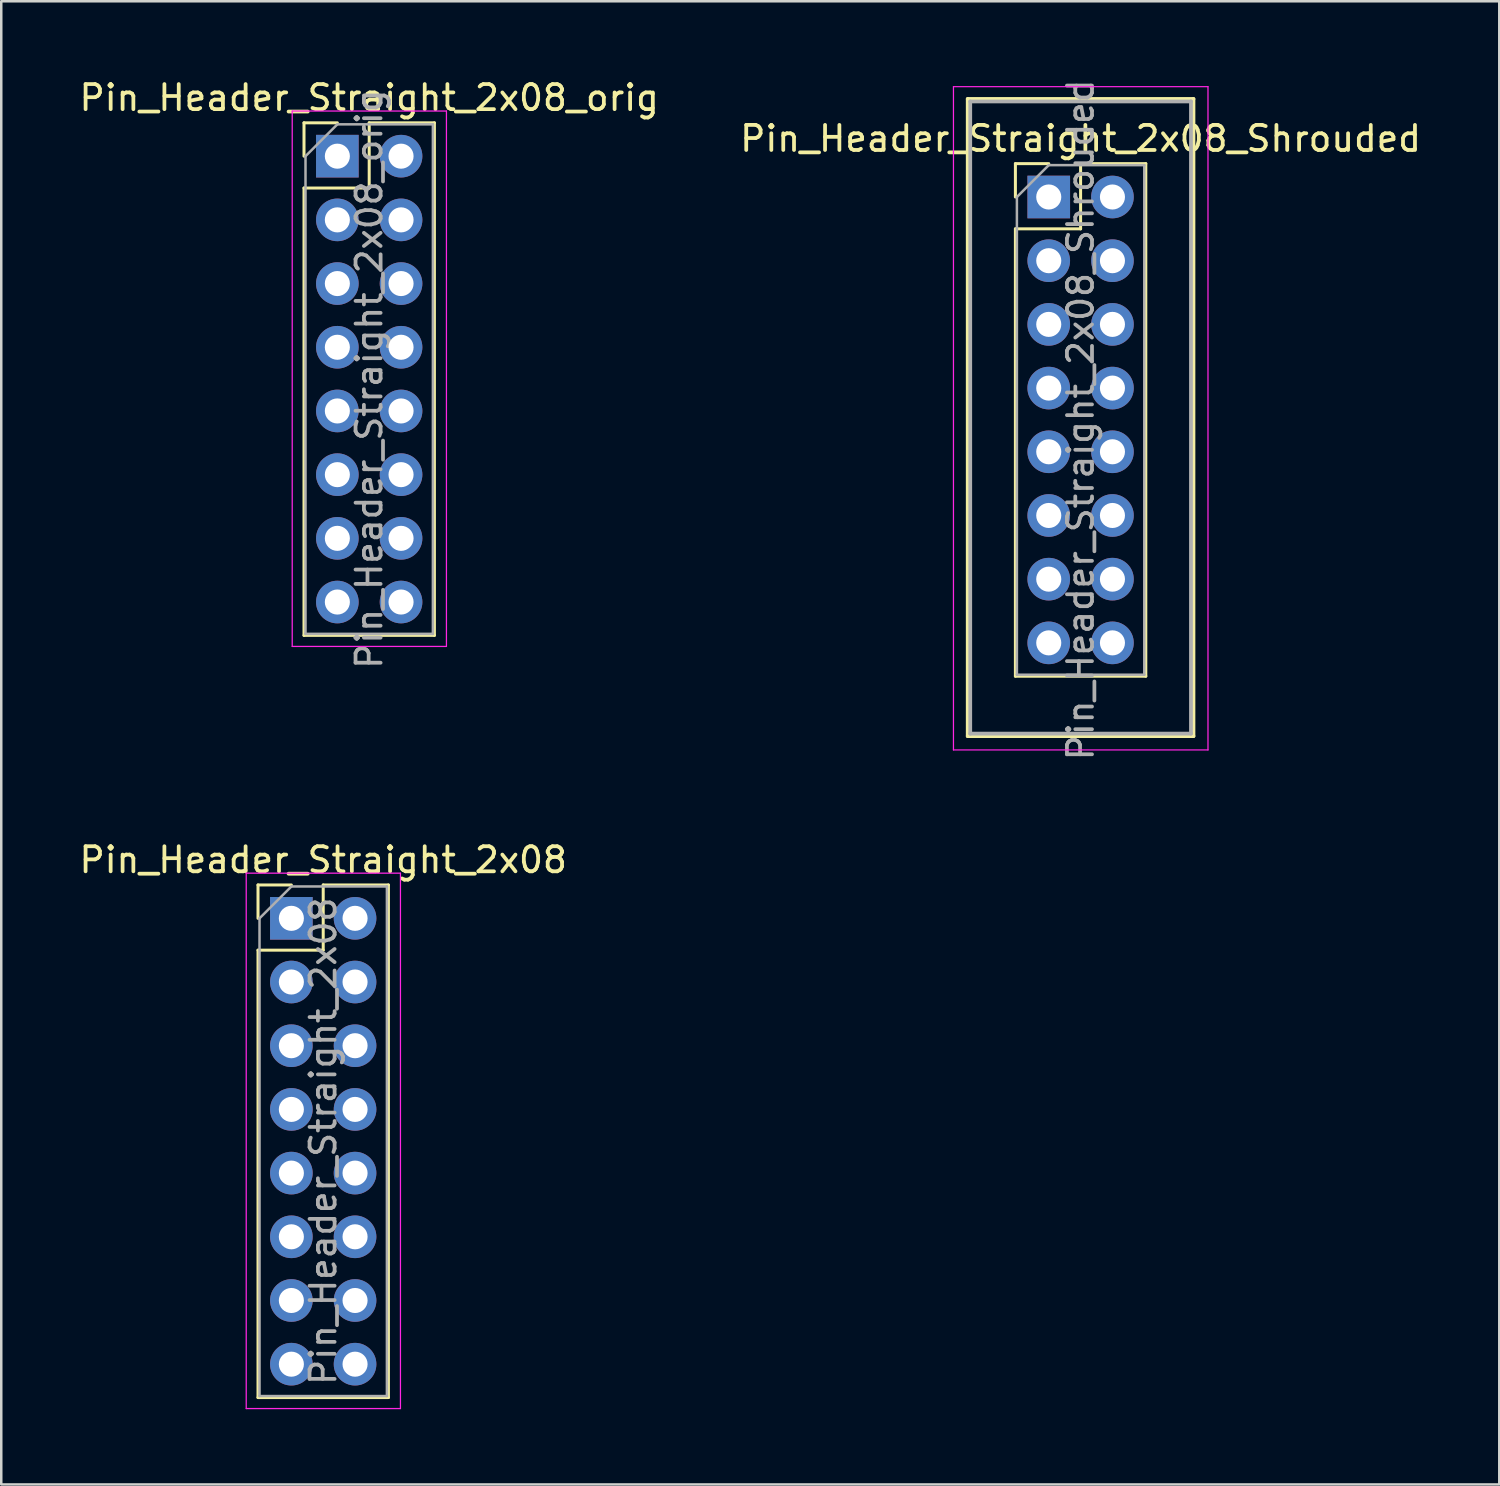
<source format=kicad_pcb>
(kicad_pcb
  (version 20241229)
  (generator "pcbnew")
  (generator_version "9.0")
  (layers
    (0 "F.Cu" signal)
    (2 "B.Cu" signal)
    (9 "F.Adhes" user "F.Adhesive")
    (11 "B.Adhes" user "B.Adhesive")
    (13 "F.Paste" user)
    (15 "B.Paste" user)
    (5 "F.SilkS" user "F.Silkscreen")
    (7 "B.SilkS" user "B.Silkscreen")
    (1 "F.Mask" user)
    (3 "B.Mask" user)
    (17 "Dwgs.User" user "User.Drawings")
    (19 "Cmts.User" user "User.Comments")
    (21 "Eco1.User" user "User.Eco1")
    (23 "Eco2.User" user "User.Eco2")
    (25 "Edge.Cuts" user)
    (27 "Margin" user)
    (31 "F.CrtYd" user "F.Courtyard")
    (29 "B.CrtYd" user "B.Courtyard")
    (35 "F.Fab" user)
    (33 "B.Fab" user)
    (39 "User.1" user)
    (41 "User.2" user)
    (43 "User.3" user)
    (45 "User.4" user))
  (footprint "Pin_Header_Straight_2x08_Shrouded"
    (layer "F.Cu")
    (at 38.772 4.806)
    (property "Reference" "Pin_Header_Straight_2x08_Shrouded" (at 1.27 -2.33 0) (layer "F.SilkS") (effects (font (size 1 1) (thickness 0.15))))
    (attr through_hole)
    (fp_line (start -3.231 -3.91) (end 5.771 -3.91) (stroke (width 0.15) (type solid)) (layer "F.SilkS"))
    (fp_line (start -3.231 21.5) (end -3.231 -3.91) (stroke (width 0.15) (type solid)) (layer "F.SilkS"))
    (fp_line (start -1.33 -1.33) (end 0 -1.33) (stroke (width 0.12) (type solid)) (layer "F.SilkS"))
    (fp_line (start -1.33 0) (end -1.33 -1.33) (stroke (width 0.12) (type solid)) (layer "F.SilkS"))
    (fp_line (start -1.33 1.27) (end -1.33 19.11) (stroke (width 0.12) (type solid)) (layer "F.SilkS"))
    (fp_line (start -1.33 1.27) (end 1.27 1.27) (stroke (width 0.12) (type solid)) (layer "F.SilkS"))
    (fp_line (start -1.33 19.11) (end 3.87 19.11) (stroke (width 0.12) (type solid)) (layer "F.SilkS"))
    (fp_line (start 1.27 -1.33) (end 3.87 -1.33) (stroke (width 0.12) (type solid)) (layer "F.SilkS"))
    (fp_line (start 1.27 1.27) (end 1.27 -1.33) (stroke (width 0.12) (type solid)) (layer "F.SilkS"))
    (fp_line (start 3.87 -1.33) (end 3.87 19.11) (stroke (width 0.12) (type solid)) (layer "F.SilkS"))
    (fp_line (start 5.771 -3.91) (end 5.771 21.5) (stroke (width 0.15) (type solid)) (layer "F.SilkS"))
    (fp_line (start 5.771 21.5) (end -3.231 21.5) (stroke (width 0.15) (type solid)) (layer "F.SilkS"))
    (fp_line (start -3.8 -4.4) (end -3.8 22.05) (stroke (width 0.05) (type solid)) (layer "F.CrtYd"))
    (fp_line (start -3.8 22.05) (end 6.35 22.05) (stroke (width 0.05) (type solid)) (layer "F.CrtYd"))
    (fp_line (start 6.35 -4.4) (end -3.8 -4.4) (stroke (width 0.05) (type solid)) (layer "F.CrtYd"))
    (fp_line (start 6.35 22.05) (end 6.35 -4.4) (stroke (width 0.05) (type solid)) (layer "F.CrtYd"))
    (fp_line (start -3.131 -3.81) (end 5.671 -3.81) (stroke (width 0.15) (type solid)) (layer "F.Fab"))
    (fp_line (start -3.131 21.4) (end -3.131 -3.81) (stroke (width 0.15) (type solid)) (layer "F.Fab"))
    (fp_line (start -1.27 0) (end 0 -1.27) (stroke (width 0.1) (type solid)) (layer "F.Fab"))
    (fp_line (start -1.27 19.05) (end -1.27 0) (stroke (width 0.1) (type solid)) (layer "F.Fab"))
    (fp_line (start 0 -1.27) (end 3.81 -1.27) (stroke (width 0.1) (type solid)) (layer "F.Fab"))
    (fp_line (start 3.81 -1.27) (end 3.81 19.05) (stroke (width 0.1) (type solid)) (layer "F.Fab"))
    (fp_line (start 3.81 19.05) (end -1.27 19.05) (stroke (width 0.1) (type solid)) (layer "F.Fab"))
    (fp_line (start 5.671 -3.81) (end 5.671 21.4) (stroke (width 0.15) (type solid)) (layer "F.Fab"))
    (fp_line (start 5.671 21.4) (end -3.131 21.4) (stroke (width 0.15) (type solid)) (layer "F.Fab"))
    (fp_text user "${REFERENCE}" (at 1.27 8.89 90) (layer "F.Fab") (effects (font (size 1 1) (thickness 0.15))))
    (pad "1" thru_hole rect (at 0 0) (size 1.7 1.7) (drill 1) (layers "*.Cu" "*.Mask"))
    (pad "2" thru_hole oval (at 2.54 0) (size 1.7 1.7) (drill 1) (layers "*.Cu" "*.Mask"))
    (pad "3" thru_hole oval (at 0 2.54) (size 1.7 1.7) (drill 1) (layers "*.Cu" "*.Mask"))
    (pad "4" thru_hole oval (at 2.54 2.54) (size 1.7 1.7) (drill 1) (layers "*.Cu" "*.Mask"))
    (pad "5" thru_hole oval (at 0 5.08) (size 1.7 1.7) (drill 1) (layers "*.Cu" "*.Mask"))
    (pad "6" thru_hole oval (at 2.54 5.08) (size 1.7 1.7) (drill 1) (layers "*.Cu" "*.Mask"))
    (pad "7" thru_hole oval (at 0 7.62) (size 1.7 1.7) (drill 1) (layers "*.Cu" "*.Mask"))
    (pad "8" thru_hole oval (at 2.54 7.62) (size 1.7 1.7) (drill 1) (layers "*.Cu" "*.Mask"))
    (pad "9" thru_hole oval (at 0 10.16) (size 1.7 1.7) (drill 1) (layers "*.Cu" "*.Mask"))
    (pad "10" thru_hole oval (at 2.54 10.16) (size 1.7 1.7) (drill 1) (layers "*.Cu" "*.Mask"))
    (pad "11" thru_hole oval (at 0 12.7) (size 1.7 1.7) (drill 1) (layers "*.Cu" "*.Mask"))
    (pad "12" thru_hole oval (at 2.54 12.7) (size 1.7 1.7) (drill 1) (layers "*.Cu" "*.Mask"))
    (pad "13" thru_hole oval (at 0 15.24) (size 1.7 1.7) (drill 1) (layers "*.Cu" "*.Mask"))
    (pad "14" thru_hole oval (at 2.54 15.24) (size 1.7 1.7) (drill 1) (layers "*.Cu" "*.Mask"))
    (pad "15" thru_hole oval (at 0 17.78) (size 1.7 1.7) (drill 1) (layers "*.Cu" "*.Mask"))
    (pad "16" thru_hole oval (at 2.54 17.78) (size 1.7 1.7) (drill 1) (layers "*.Cu" "*.Mask")))
  (footprint "Pin_Header_Straight_2x08_orig"
    (layer "F.Cu")
    (at 10.403 3.178)
    (property "Reference" "Pin_Header_Straight_2x08_orig" (at 1.27 -2.33 0) (layer "F.SilkS") (effects (font (size 1 1) (thickness 0.15))))
    (attr through_hole)
    (fp_line (start -1.33 -1.33) (end 0 -1.33) (stroke (width 0.12) (type solid)) (layer "F.SilkS"))
    (fp_line (start -1.33 0) (end -1.33 -1.33) (stroke (width 0.12) (type solid)) (layer "F.SilkS"))
    (fp_line (start -1.33 1.27) (end -1.33 19.11) (stroke (width 0.12) (type solid)) (layer "F.SilkS"))
    (fp_line (start -1.33 1.27) (end 1.27 1.27) (stroke (width 0.12) (type solid)) (layer "F.SilkS"))
    (fp_line (start -1.33 19.11) (end 3.87 19.11) (stroke (width 0.12) (type solid)) (layer "F.SilkS"))
    (fp_line (start 1.27 -1.33) (end 3.87 -1.33) (stroke (width 0.12) (type solid)) (layer "F.SilkS"))
    (fp_line (start 1.27 1.27) (end 1.27 -1.33) (stroke (width 0.12) (type solid)) (layer "F.SilkS"))
    (fp_line (start 3.87 -1.33) (end 3.87 19.11) (stroke (width 0.12) (type solid)) (layer "F.SilkS"))
    (fp_line (start -1.8 -1.8) (end -1.8 19.55) (stroke (width 0.05) (type solid)) (layer "F.CrtYd"))
    (fp_line (start -1.8 19.55) (end 4.35 19.55) (stroke (width 0.05) (type solid)) (layer "F.CrtYd"))
    (fp_line (start 4.35 -1.8) (end -1.8 -1.8) (stroke (width 0.05) (type solid)) (layer "F.CrtYd"))
    (fp_line (start 4.35 19.55) (end 4.35 -1.8) (stroke (width 0.05) (type solid)) (layer "F.CrtYd"))
    (fp_line (start -1.27 0) (end 0 -1.27) (stroke (width 0.1) (type solid)) (layer "F.Fab"))
    (fp_line (start -1.27 19.05) (end -1.27 0) (stroke (width 0.1) (type solid)) (layer "F.Fab"))
    (fp_line (start 0 -1.27) (end 3.81 -1.27) (stroke (width 0.1) (type solid)) (layer "F.Fab"))
    (fp_line (start 3.81 -1.27) (end 3.81 19.05) (stroke (width 0.1) (type solid)) (layer "F.Fab"))
    (fp_line (start 3.81 19.05) (end -1.27 19.05) (stroke (width 0.1) (type solid)) (layer "F.Fab"))
    (fp_text user "${REFERENCE}" (at 1.27 8.89 90) (layer "F.Fab") (effects (font (size 1 1) (thickness 0.15))))
    (pad "1" thru_hole rect (at 0 0) (size 1.7 1.7) (drill 1) (layers "*.Cu" "*.Mask"))
    (pad "2" thru_hole oval (at 2.54 0) (size 1.7 1.7) (drill 1) (layers "*.Cu" "*.Mask"))
    (pad "3" thru_hole oval (at 0 2.54) (size 1.7 1.7) (drill 1) (layers "*.Cu" "*.Mask"))
    (pad "4" thru_hole oval (at 2.54 2.54) (size 1.7 1.7) (drill 1) (layers "*.Cu" "*.Mask"))
    (pad "5" thru_hole oval (at 0 5.08) (size 1.7 1.7) (drill 1) (layers "*.Cu" "*.Mask"))
    (pad "6" thru_hole oval (at 2.54 5.08) (size 1.7 1.7) (drill 1) (layers "*.Cu" "*.Mask"))
    (pad "7" thru_hole oval (at 0 7.62) (size 1.7 1.7) (drill 1) (layers "*.Cu" "*.Mask"))
    (pad "8" thru_hole oval (at 2.54 7.62) (size 1.7 1.7) (drill 1) (layers "*.Cu" "*.Mask"))
    (pad "9" thru_hole oval (at 0 10.16) (size 1.7 1.7) (drill 1) (layers "*.Cu" "*.Mask"))
    (pad "10" thru_hole oval (at 2.54 10.16) (size 1.7 1.7) (drill 1) (layers "*.Cu" "*.Mask"))
    (pad "11" thru_hole oval (at 0 12.7) (size 1.7 1.7) (drill 1) (layers "*.Cu" "*.Mask"))
    (pad "12" thru_hole oval (at 2.54 12.7) (size 1.7 1.7) (drill 1) (layers "*.Cu" "*.Mask"))
    (pad "13" thru_hole oval (at 0 15.24) (size 1.7 1.7) (drill 1) (layers "*.Cu" "*.Mask"))
    (pad "14" thru_hole oval (at 2.54 15.24) (size 1.7 1.7) (drill 1) (layers "*.Cu" "*.Mask"))
    (pad "15" thru_hole oval (at 0 17.78) (size 1.7 1.7) (drill 1) (layers "*.Cu" "*.Mask"))
    (pad "16" thru_hole oval (at 2.54 17.78) (size 1.7 1.7) (drill 1) (layers "*.Cu" "*.Mask")))
  (footprint "Pin_Header_Straight_2x08"
    (layer "F.Cu")
    (at 8.569 33.571)
    (property "Reference" "Pin_Header_Straight_2x08" (at 1.27 -2.33 0) (layer "F.SilkS") (effects (font (size 1 1) (thickness 0.15))))
    (attr through_hole)
    (fp_line (start -1.33 -1.33) (end 0 -1.33) (stroke (width 0.12) (type solid)) (layer "F.SilkS"))
    (fp_line (start -1.33 0) (end -1.33 -1.33) (stroke (width 0.12) (type solid)) (layer "F.SilkS"))
    (fp_line (start -1.33 1.27) (end -1.33 19.11) (stroke (width 0.12) (type solid)) (layer "F.SilkS"))
    (fp_line (start -1.33 1.27) (end 1.27 1.27) (stroke (width 0.12) (type solid)) (layer "F.SilkS"))
    (fp_line (start -1.33 19.11) (end 3.87 19.11) (stroke (width 0.12) (type solid)) (layer "F.SilkS"))
    (fp_line (start 1.27 -1.33) (end 3.87 -1.33) (stroke (width 0.12) (type solid)) (layer "F.SilkS"))
    (fp_line (start 1.27 1.27) (end 1.27 -1.33) (stroke (width 0.12) (type solid)) (layer "F.SilkS"))
    (fp_line (start 3.87 -1.33) (end 3.87 19.11) (stroke (width 0.12) (type solid)) (layer "F.SilkS"))
    (fp_line (start -1.8 -1.8) (end -1.8 19.55) (stroke (width 0.05) (type solid)) (layer "F.CrtYd"))
    (fp_line (start -1.8 19.55) (end 4.35 19.55) (stroke (width 0.05) (type solid)) (layer "F.CrtYd"))
    (fp_line (start 4.35 -1.8) (end -1.8 -1.8) (stroke (width 0.05) (type solid)) (layer "F.CrtYd"))
    (fp_line (start 4.35 19.55) (end 4.35 -1.8) (stroke (width 0.05) (type solid)) (layer "F.CrtYd"))
    (fp_line (start -1.27 0) (end 0 -1.27) (stroke (width 0.1) (type solid)) (layer "F.Fab"))
    (fp_line (start -1.27 19.05) (end -1.27 0) (stroke (width 0.1) (type solid)) (layer "F.Fab"))
    (fp_line (start 0 -1.27) (end 3.81 -1.27) (stroke (width 0.1) (type solid)) (layer "F.Fab"))
    (fp_line (start 3.81 -1.27) (end 3.81 19.05) (stroke (width 0.1) (type solid)) (layer "F.Fab"))
    (fp_line (start 3.81 19.05) (end -1.27 19.05) (stroke (width 0.1) (type solid)) (layer "F.Fab"))
    (fp_text user "${REFERENCE}" (at 1.27 8.89 90) (layer "F.Fab") (effects (font (size 1 1) (thickness 0.15))))
    (pad "1" thru_hole rect (at 0 0) (size 1.7 1.7) (drill 1) (layers "*.Cu" "*.Mask"))
    (pad "2" thru_hole oval (at 2.54 0) (size 1.7 1.7) (drill 1) (layers "*.Cu" "*.Mask"))
    (pad "3" thru_hole oval (at 0 2.54) (size 1.7 1.7) (drill 1) (layers "*.Cu" "*.Mask"))
    (pad "4" thru_hole oval (at 2.54 2.54) (size 1.7 1.7) (drill 1) (layers "*.Cu" "*.Mask"))
    (pad "5" thru_hole oval (at 0 5.08) (size 1.7 1.7) (drill 1) (layers "*.Cu" "*.Mask"))
    (pad "6" thru_hole oval (at 2.54 5.08) (size 1.7 1.7) (drill 1) (layers "*.Cu" "*.Mask"))
    (pad "7" thru_hole oval (at 0 7.62) (size 1.7 1.7) (drill 1) (layers "*.Cu" "*.Mask"))
    (pad "8" thru_hole oval (at 2.54 7.62) (size 1.7 1.7) (drill 1) (layers "*.Cu" "*.Mask"))
    (pad "9" thru_hole oval (at 0 10.16) (size 1.7 1.7) (drill 1) (layers "*.Cu" "*.Mask"))
    (pad "10" thru_hole oval (at 2.54 10.16) (size 1.7 1.7) (drill 1) (layers "*.Cu" "*.Mask"))
    (pad "11" thru_hole oval (at 0 12.7) (size 1.7 1.7) (drill 1) (layers "*.Cu" "*.Mask"))
    (pad "12" thru_hole oval (at 2.54 12.7) (size 1.7 1.7) (drill 1) (layers "*.Cu" "*.Mask"))
    (pad "13" thru_hole oval (at 0 15.24) (size 1.7 1.7) (drill 1) (layers "*.Cu" "*.Mask"))
    (pad "14" thru_hole oval (at 2.54 15.24) (size 1.7 1.7) (drill 1) (layers "*.Cu" "*.Mask"))
    (pad "15" thru_hole oval (at 0 17.78) (size 1.7 1.7) (drill 1) (layers "*.Cu" "*.Mask"))
    (pad "16" thru_hole oval (at 2.54 17.78) (size 1.7 1.7) (drill 1) (layers "*.Cu" "*.Mask")))
  (gr_rect
    (start -3 -3)
    (end 56.738 56.146)
    (stroke (width 0.1) (type default))
    (fill no)
    (layer "Edge.Cuts")))
</source>
